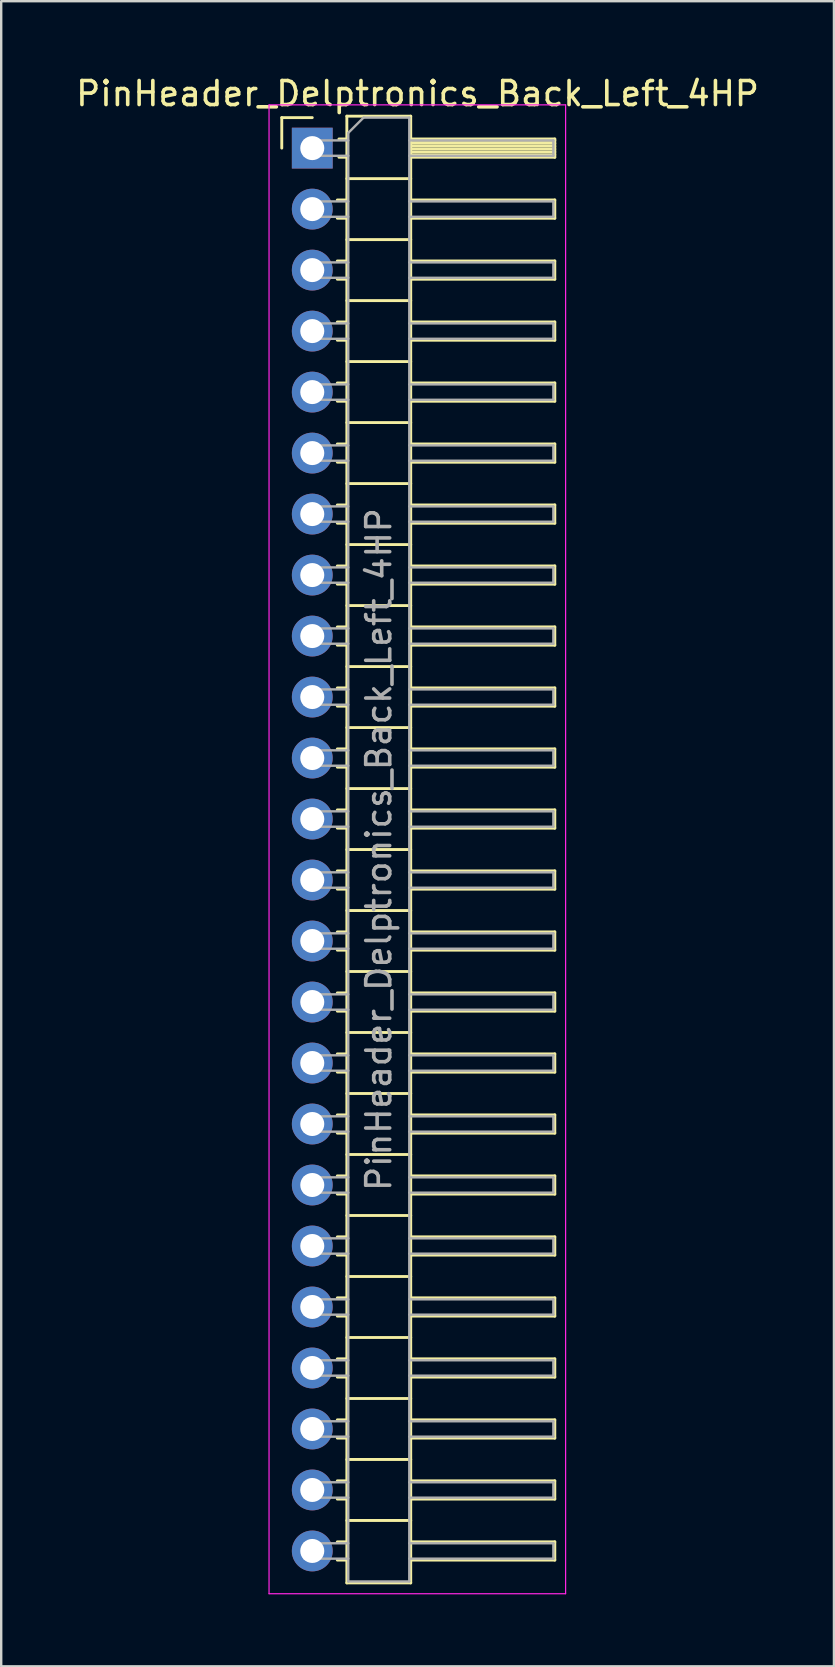
<source format=kicad_pcb>
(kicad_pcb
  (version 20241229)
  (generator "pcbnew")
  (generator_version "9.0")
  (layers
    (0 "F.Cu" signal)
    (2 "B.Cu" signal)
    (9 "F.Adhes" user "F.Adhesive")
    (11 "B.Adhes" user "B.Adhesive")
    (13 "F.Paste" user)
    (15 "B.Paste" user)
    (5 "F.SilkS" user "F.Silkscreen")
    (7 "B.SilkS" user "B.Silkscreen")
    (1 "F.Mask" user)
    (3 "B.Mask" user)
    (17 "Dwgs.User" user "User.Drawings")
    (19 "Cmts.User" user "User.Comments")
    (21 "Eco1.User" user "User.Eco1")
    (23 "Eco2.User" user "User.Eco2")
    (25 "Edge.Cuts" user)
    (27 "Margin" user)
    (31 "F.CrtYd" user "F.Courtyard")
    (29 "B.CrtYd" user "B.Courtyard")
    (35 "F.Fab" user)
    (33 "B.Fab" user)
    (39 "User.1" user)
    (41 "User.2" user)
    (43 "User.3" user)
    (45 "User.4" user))
  (footprint "PinHeader_Delptronics_Back_Left_4HP"
    (layer "F.Cu")
    (at 9.954 3.118)
    (property "Reference" "PinHeader_Delptronics_Back_Left_4HP" (at 4.385 -2.27 180) (layer "F.SilkS") (effects (font (size 1 1) (thickness 0.15))))
    (attr through_hole)
    (fp_line (start -1.27 -1.27) (end 0 -1.27) (stroke (width 0.12) (type solid)) (layer "F.SilkS"))
    (fp_line (start -1.27 0) (end -1.27 -1.27) (stroke (width 0.12) (type solid)) (layer "F.SilkS"))
    (fp_line (start 1.043 2.16) (end 1.44 2.16) (stroke (width 0.12) (type solid)) (layer "F.SilkS"))
    (fp_line (start 1.043 2.92) (end 1.44 2.92) (stroke (width 0.12) (type solid)) (layer "F.SilkS"))
    (fp_line (start 1.043 4.7) (end 1.44 4.7) (stroke (width 0.12) (type solid)) (layer "F.SilkS"))
    (fp_line (start 1.043 5.46) (end 1.44 5.46) (stroke (width 0.12) (type solid)) (layer "F.SilkS"))
    (fp_line (start 1.043 7.24) (end 1.44 7.24) (stroke (width 0.12) (type solid)) (layer "F.SilkS"))
    (fp_line (start 1.043 8) (end 1.44 8) (stroke (width 0.12) (type solid)) (layer "F.SilkS"))
    (fp_line (start 1.043 9.78) (end 1.44 9.78) (stroke (width 0.12) (type solid)) (layer "F.SilkS"))
    (fp_line (start 1.043 10.54) (end 1.44 10.54) (stroke (width 0.12) (type solid)) (layer "F.SilkS"))
    (fp_line (start 1.043 12.32) (end 1.44 12.32) (stroke (width 0.12) (type solid)) (layer "F.SilkS"))
    (fp_line (start 1.043 13.08) (end 1.44 13.08) (stroke (width 0.12) (type solid)) (layer "F.SilkS"))
    (fp_line (start 1.043 14.86) (end 1.44 14.86) (stroke (width 0.12) (type solid)) (layer "F.SilkS"))
    (fp_line (start 1.043 15.62) (end 1.44 15.62) (stroke (width 0.12) (type solid)) (layer "F.SilkS"))
    (fp_line (start 1.043 17.4) (end 1.44 17.4) (stroke (width 0.12) (type solid)) (layer "F.SilkS"))
    (fp_line (start 1.043 18.16) (end 1.44 18.16) (stroke (width 0.12) (type solid)) (layer "F.SilkS"))
    (fp_line (start 1.043 19.94) (end 1.44 19.94) (stroke (width 0.12) (type solid)) (layer "F.SilkS"))
    (fp_line (start 1.043 20.7) (end 1.44 20.7) (stroke (width 0.12) (type solid)) (layer "F.SilkS"))
    (fp_line (start 1.043 22.48) (end 1.44 22.48) (stroke (width 0.12) (type solid)) (layer "F.SilkS"))
    (fp_line (start 1.043 23.24) (end 1.44 23.24) (stroke (width 0.12) (type solid)) (layer "F.SilkS"))
    (fp_line (start 1.043 25.02) (end 1.44 25.02) (stroke (width 0.12) (type solid)) (layer "F.SilkS"))
    (fp_line (start 1.043 25.78) (end 1.44 25.78) (stroke (width 0.12) (type solid)) (layer "F.SilkS"))
    (fp_line (start 1.043 27.56) (end 1.44 27.56) (stroke (width 0.12) (type solid)) (layer "F.SilkS"))
    (fp_line (start 1.043 28.32) (end 1.44 28.32) (stroke (width 0.12) (type solid)) (layer "F.SilkS"))
    (fp_line (start 1.043 30.1) (end 1.44 30.1) (stroke (width 0.12) (type solid)) (layer "F.SilkS"))
    (fp_line (start 1.043 30.86) (end 1.44 30.86) (stroke (width 0.12) (type solid)) (layer "F.SilkS"))
    (fp_line (start 1.043 32.64) (end 1.44 32.64) (stroke (width 0.12) (type solid)) (layer "F.SilkS"))
    (fp_line (start 1.043 33.4) (end 1.44 33.4) (stroke (width 0.12) (type solid)) (layer "F.SilkS"))
    (fp_line (start 1.043 35.18) (end 1.44 35.18) (stroke (width 0.12) (type solid)) (layer "F.SilkS"))
    (fp_line (start 1.043 35.94) (end 1.44 35.94) (stroke (width 0.12) (type solid)) (layer "F.SilkS"))
    (fp_line (start 1.043 37.72) (end 1.44 37.72) (stroke (width 0.12) (type solid)) (layer "F.SilkS"))
    (fp_line (start 1.043 38.48) (end 1.44 38.48) (stroke (width 0.12) (type solid)) (layer "F.SilkS"))
    (fp_line (start 1.043 40.26) (end 1.44 40.26) (stroke (width 0.12) (type solid)) (layer "F.SilkS"))
    (fp_line (start 1.043 41.02) (end 1.44 41.02) (stroke (width 0.12) (type solid)) (layer "F.SilkS"))
    (fp_line (start 1.043 42.8) (end 1.44 42.8) (stroke (width 0.12) (type solid)) (layer "F.SilkS"))
    (fp_line (start 1.043 43.56) (end 1.44 43.56) (stroke (width 0.12) (type solid)) (layer "F.SilkS"))
    (fp_line (start 1.043 45.34) (end 1.44 45.34) (stroke (width 0.12) (type solid)) (layer "F.SilkS"))
    (fp_line (start 1.043 46.1) (end 1.44 46.1) (stroke (width 0.12) (type solid)) (layer "F.SilkS"))
    (fp_line (start 1.043 47.88) (end 1.44 47.88) (stroke (width 0.12) (type solid)) (layer "F.SilkS"))
    (fp_line (start 1.043 48.64) (end 1.44 48.64) (stroke (width 0.12) (type solid)) (layer "F.SilkS"))
    (fp_line (start 1.043 50.42) (end 1.44 50.42) (stroke (width 0.12) (type solid)) (layer "F.SilkS"))
    (fp_line (start 1.043 51.18) (end 1.44 51.18) (stroke (width 0.12) (type solid)) (layer "F.SilkS"))
    (fp_line (start 1.043 52.96) (end 1.44 52.96) (stroke (width 0.12) (type solid)) (layer "F.SilkS"))
    (fp_line (start 1.043 53.72) (end 1.44 53.72) (stroke (width 0.12) (type solid)) (layer "F.SilkS"))
    (fp_line (start 1.043 55.5) (end 1.44 55.5) (stroke (width 0.12) (type solid)) (layer "F.SilkS"))
    (fp_line (start 1.043 56.26) (end 1.44 56.26) (stroke (width 0.12) (type solid)) (layer "F.SilkS"))
    (fp_line (start 1.043 58.04) (end 1.44 58.04) (stroke (width 0.12) (type solid)) (layer "F.SilkS"))
    (fp_line (start 1.043 58.8) (end 1.44 58.8) (stroke (width 0.12) (type solid)) (layer "F.SilkS"))
    (fp_line (start 1.11 -0.38) (end 1.44 -0.38) (stroke (width 0.12) (type solid)) (layer "F.SilkS"))
    (fp_line (start 1.11 0.38) (end 1.44 0.38) (stroke (width 0.12) (type solid)) (layer "F.SilkS"))
    (fp_line (start 1.44 -1.33) (end 1.44 59.75) (stroke (width 0.12) (type solid)) (layer "F.SilkS"))
    (fp_line (start 1.44 1.27) (end 4.1 1.27) (stroke (width 0.12) (type solid)) (layer "F.SilkS"))
    (fp_line (start 1.44 3.81) (end 4.1 3.81) (stroke (width 0.12) (type solid)) (layer "F.SilkS"))
    (fp_line (start 1.44 6.35) (end 4.1 6.35) (stroke (width 0.12) (type solid)) (layer "F.SilkS"))
    (fp_line (start 1.44 8.89) (end 4.1 8.89) (stroke (width 0.12) (type solid)) (layer "F.SilkS"))
    (fp_line (start 1.44 11.43) (end 4.1 11.43) (stroke (width 0.12) (type solid)) (layer "F.SilkS"))
    (fp_line (start 1.44 13.97) (end 4.1 13.97) (stroke (width 0.12) (type solid)) (layer "F.SilkS"))
    (fp_line (start 1.44 16.51) (end 4.1 16.51) (stroke (width 0.12) (type solid)) (layer "F.SilkS"))
    (fp_line (start 1.44 19.05) (end 4.1 19.05) (stroke (width 0.12) (type solid)) (layer "F.SilkS"))
    (fp_line (start 1.44 21.59) (end 4.1 21.59) (stroke (width 0.12) (type solid)) (layer "F.SilkS"))
    (fp_line (start 1.44 24.13) (end 4.1 24.13) (stroke (width 0.12) (type solid)) (layer "F.SilkS"))
    (fp_line (start 1.44 26.67) (end 4.1 26.67) (stroke (width 0.12) (type solid)) (layer "F.SilkS"))
    (fp_line (start 1.44 29.21) (end 4.1 29.21) (stroke (width 0.12) (type solid)) (layer "F.SilkS"))
    (fp_line (start 1.44 31.75) (end 4.1 31.75) (stroke (width 0.12) (type solid)) (layer "F.SilkS"))
    (fp_line (start 1.44 34.29) (end 4.1 34.29) (stroke (width 0.12) (type solid)) (layer "F.SilkS"))
    (fp_line (start 1.44 36.83) (end 4.1 36.83) (stroke (width 0.12) (type solid)) (layer "F.SilkS"))
    (fp_line (start 1.44 39.37) (end 4.1 39.37) (stroke (width 0.12) (type solid)) (layer "F.SilkS"))
    (fp_line (start 1.44 41.91) (end 4.1 41.91) (stroke (width 0.12) (type solid)) (layer "F.SilkS"))
    (fp_line (start 1.44 44.45) (end 4.1 44.45) (stroke (width 0.12) (type solid)) (layer "F.SilkS"))
    (fp_line (start 1.44 46.99) (end 4.1 46.99) (stroke (width 0.12) (type solid)) (layer "F.SilkS"))
    (fp_line (start 1.44 49.53) (end 4.1 49.53) (stroke (width 0.12) (type solid)) (layer "F.SilkS"))
    (fp_line (start 1.44 52.07) (end 4.1 52.07) (stroke (width 0.12) (type solid)) (layer "F.SilkS"))
    (fp_line (start 1.44 54.61) (end 4.1 54.61) (stroke (width 0.12) (type solid)) (layer "F.SilkS"))
    (fp_line (start 1.44 57.15) (end 4.1 57.15) (stroke (width 0.12) (type solid)) (layer "F.SilkS"))
    (fp_line (start 1.44 59.75) (end 4.1 59.75) (stroke (width 0.12) (type solid)) (layer "F.SilkS"))
    (fp_line (start 4.1 -1.33) (end 1.44 -1.33) (stroke (width 0.12) (type solid)) (layer "F.SilkS"))
    (fp_line (start 4.1 -0.38) (end 10.1 -0.38) (stroke (width 0.12) (type solid)) (layer "F.SilkS"))
    (fp_line (start 4.1 -0.32) (end 10.1 -0.32) (stroke (width 0.12) (type solid)) (layer "F.SilkS"))
    (fp_line (start 4.1 -0.2) (end 10.1 -0.2) (stroke (width 0.12) (type solid)) (layer "F.SilkS"))
    (fp_line (start 4.1 -0.08) (end 10.1 -0.08) (stroke (width 0.12) (type solid)) (layer "F.SilkS"))
    (fp_line (start 4.1 0.04) (end 10.1 0.04) (stroke (width 0.12) (type solid)) (layer "F.SilkS"))
    (fp_line (start 4.1 0.16) (end 10.1 0.16) (stroke (width 0.12) (type solid)) (layer "F.SilkS"))
    (fp_line (start 4.1 0.28) (end 10.1 0.28) (stroke (width 0.12) (type solid)) (layer "F.SilkS"))
    (fp_line (start 4.1 2.16) (end 10.1 2.16) (stroke (width 0.12) (type solid)) (layer "F.SilkS"))
    (fp_line (start 4.1 4.7) (end 10.1 4.7) (stroke (width 0.12) (type solid)) (layer "F.SilkS"))
    (fp_line (start 4.1 7.24) (end 10.1 7.24) (stroke (width 0.12) (type solid)) (layer "F.SilkS"))
    (fp_line (start 4.1 9.78) (end 10.1 9.78) (stroke (width 0.12) (type solid)) (layer "F.SilkS"))
    (fp_line (start 4.1 12.32) (end 10.1 12.32) (stroke (width 0.12) (type solid)) (layer "F.SilkS"))
    (fp_line (start 4.1 14.86) (end 10.1 14.86) (stroke (width 0.12) (type solid)) (layer "F.SilkS"))
    (fp_line (start 4.1 17.4) (end 10.1 17.4) (stroke (width 0.12) (type solid)) (layer "F.SilkS"))
    (fp_line (start 4.1 19.94) (end 10.1 19.94) (stroke (width 0.12) (type solid)) (layer "F.SilkS"))
    (fp_line (start 4.1 22.48) (end 10.1 22.48) (stroke (width 0.12) (type solid)) (layer "F.SilkS"))
    (fp_line (start 4.1 25.02) (end 10.1 25.02) (stroke (width 0.12) (type solid)) (layer "F.SilkS"))
    (fp_line (start 4.1 27.56) (end 10.1 27.56) (stroke (width 0.12) (type solid)) (layer "F.SilkS"))
    (fp_line (start 4.1 30.1) (end 10.1 30.1) (stroke (width 0.12) (type solid)) (layer "F.SilkS"))
    (fp_line (start 4.1 32.64) (end 10.1 32.64) (stroke (width 0.12) (type solid)) (layer "F.SilkS"))
    (fp_line (start 4.1 35.18) (end 10.1 35.18) (stroke (width 0.12) (type solid)) (layer "F.SilkS"))
    (fp_line (start 4.1 37.72) (end 10.1 37.72) (stroke (width 0.12) (type solid)) (layer "F.SilkS"))
    (fp_line (start 4.1 40.26) (end 10.1 40.26) (stroke (width 0.12) (type solid)) (layer "F.SilkS"))
    (fp_line (start 4.1 42.8) (end 10.1 42.8) (stroke (width 0.12) (type solid)) (layer "F.SilkS"))
    (fp_line (start 4.1 45.34) (end 10.1 45.34) (stroke (width 0.12) (type solid)) (layer "F.SilkS"))
    (fp_line (start 4.1 47.88) (end 10.1 47.88) (stroke (width 0.12) (type solid)) (layer "F.SilkS"))
    (fp_line (start 4.1 50.42) (end 10.1 50.42) (stroke (width 0.12) (type solid)) (layer "F.SilkS"))
    (fp_line (start 4.1 52.96) (end 10.1 52.96) (stroke (width 0.12) (type solid)) (layer "F.SilkS"))
    (fp_line (start 4.1 55.5) (end 10.1 55.5) (stroke (width 0.12) (type solid)) (layer "F.SilkS"))
    (fp_line (start 4.1 58.04) (end 10.1 58.04) (stroke (width 0.12) (type solid)) (layer "F.SilkS"))
    (fp_line (start 4.1 59.75) (end 4.1 -1.33) (stroke (width 0.12) (type solid)) (layer "F.SilkS"))
    (fp_line (start 10.1 -0.38) (end 10.1 0.38) (stroke (width 0.12) (type solid)) (layer "F.SilkS"))
    (fp_line (start 10.1 0.38) (end 4.1 0.38) (stroke (width 0.12) (type solid)) (layer "F.SilkS"))
    (fp_line (start 10.1 2.16) (end 10.1 2.92) (stroke (width 0.12) (type solid)) (layer "F.SilkS"))
    (fp_line (start 10.1 2.92) (end 4.1 2.92) (stroke (width 0.12) (type solid)) (layer "F.SilkS"))
    (fp_line (start 10.1 4.7) (end 10.1 5.46) (stroke (width 0.12) (type solid)) (layer "F.SilkS"))
    (fp_line (start 10.1 5.46) (end 4.1 5.46) (stroke (width 0.12) (type solid)) (layer "F.SilkS"))
    (fp_line (start 10.1 7.24) (end 10.1 8) (stroke (width 0.12) (type solid)) (layer "F.SilkS"))
    (fp_line (start 10.1 8) (end 4.1 8) (stroke (width 0.12) (type solid)) (layer "F.SilkS"))
    (fp_line (start 10.1 9.78) (end 10.1 10.54) (stroke (width 0.12) (type solid)) (layer "F.SilkS"))
    (fp_line (start 10.1 10.54) (end 4.1 10.54) (stroke (width 0.12) (type solid)) (layer "F.SilkS"))
    (fp_line (start 10.1 12.32) (end 10.1 13.08) (stroke (width 0.12) (type solid)) (layer "F.SilkS"))
    (fp_line (start 10.1 13.08) (end 4.1 13.08) (stroke (width 0.12) (type solid)) (layer "F.SilkS"))
    (fp_line (start 10.1 14.86) (end 10.1 15.62) (stroke (width 0.12) (type solid)) (layer "F.SilkS"))
    (fp_line (start 10.1 15.62) (end 4.1 15.62) (stroke (width 0.12) (type solid)) (layer "F.SilkS"))
    (fp_line (start 10.1 17.4) (end 10.1 18.16) (stroke (width 0.12) (type solid)) (layer "F.SilkS"))
    (fp_line (start 10.1 18.16) (end 4.1 18.16) (stroke (width 0.12) (type solid)) (layer "F.SilkS"))
    (fp_line (start 10.1 19.94) (end 10.1 20.7) (stroke (width 0.12) (type solid)) (layer "F.SilkS"))
    (fp_line (start 10.1 20.7) (end 4.1 20.7) (stroke (width 0.12) (type solid)) (layer "F.SilkS"))
    (fp_line (start 10.1 22.48) (end 10.1 23.24) (stroke (width 0.12) (type solid)) (layer "F.SilkS"))
    (fp_line (start 10.1 23.24) (end 4.1 23.24) (stroke (width 0.12) (type solid)) (layer "F.SilkS"))
    (fp_line (start 10.1 25.02) (end 10.1 25.78) (stroke (width 0.12) (type solid)) (layer "F.SilkS"))
    (fp_line (start 10.1 25.78) (end 4.1 25.78) (stroke (width 0.12) (type solid)) (layer "F.SilkS"))
    (fp_line (start 10.1 27.56) (end 10.1 28.32) (stroke (width 0.12) (type solid)) (layer "F.SilkS"))
    (fp_line (start 10.1 28.32) (end 4.1 28.32) (stroke (width 0.12) (type solid)) (layer "F.SilkS"))
    (fp_line (start 10.1 30.1) (end 10.1 30.86) (stroke (width 0.12) (type solid)) (layer "F.SilkS"))
    (fp_line (start 10.1 30.86) (end 4.1 30.86) (stroke (width 0.12) (type solid)) (layer "F.SilkS"))
    (fp_line (start 10.1 32.64) (end 10.1 33.4) (stroke (width 0.12) (type solid)) (layer "F.SilkS"))
    (fp_line (start 10.1 33.4) (end 4.1 33.4) (stroke (width 0.12) (type solid)) (layer "F.SilkS"))
    (fp_line (start 10.1 35.18) (end 10.1 35.94) (stroke (width 0.12) (type solid)) (layer "F.SilkS"))
    (fp_line (start 10.1 35.94) (end 4.1 35.94) (stroke (width 0.12) (type solid)) (layer "F.SilkS"))
    (fp_line (start 10.1 37.72) (end 10.1 38.48) (stroke (width 0.12) (type solid)) (layer "F.SilkS"))
    (fp_line (start 10.1 38.48) (end 4.1 38.48) (stroke (width 0.12) (type solid)) (layer "F.SilkS"))
    (fp_line (start 10.1 40.26) (end 10.1 41.02) (stroke (width 0.12) (type solid)) (layer "F.SilkS"))
    (fp_line (start 10.1 41.02) (end 4.1 41.02) (stroke (width 0.12) (type solid)) (layer "F.SilkS"))
    (fp_line (start 10.1 42.8) (end 10.1 43.56) (stroke (width 0.12) (type solid)) (layer "F.SilkS"))
    (fp_line (start 10.1 43.56) (end 4.1 43.56) (stroke (width 0.12) (type solid)) (layer "F.SilkS"))
    (fp_line (start 10.1 45.34) (end 10.1 46.1) (stroke (width 0.12) (type solid)) (layer "F.SilkS"))
    (fp_line (start 10.1 46.1) (end 4.1 46.1) (stroke (width 0.12) (type solid)) (layer "F.SilkS"))
    (fp_line (start 10.1 47.88) (end 10.1 48.64) (stroke (width 0.12) (type solid)) (layer "F.SilkS"))
    (fp_line (start 10.1 48.64) (end 4.1 48.64) (stroke (width 0.12) (type solid)) (layer "F.SilkS"))
    (fp_line (start 10.1 50.42) (end 10.1 51.18) (stroke (width 0.12) (type solid)) (layer "F.SilkS"))
    (fp_line (start 10.1 51.18) (end 4.1 51.18) (stroke (width 0.12) (type solid)) (layer "F.SilkS"))
    (fp_line (start 10.1 52.96) (end 10.1 53.72) (stroke (width 0.12) (type solid)) (layer "F.SilkS"))
    (fp_line (start 10.1 53.72) (end 4.1 53.72) (stroke (width 0.12) (type solid)) (layer "F.SilkS"))
    (fp_line (start 10.1 55.5) (end 10.1 56.26) (stroke (width 0.12) (type solid)) (layer "F.SilkS"))
    (fp_line (start 10.1 56.26) (end 4.1 56.26) (stroke (width 0.12) (type solid)) (layer "F.SilkS"))
    (fp_line (start 10.1 58.04) (end 10.1 58.8) (stroke (width 0.12) (type solid)) (layer "F.SilkS"))
    (fp_line (start 10.1 58.8) (end 4.1 58.8) (stroke (width 0.12) (type solid)) (layer "F.SilkS"))
    (fp_line (start -1.8 -1.8) (end -1.8 60.2) (stroke (width 0.05) (type solid)) (layer "F.CrtYd"))
    (fp_line (start -1.8 60.2) (end 10.55 60.2) (stroke (width 0.05) (type solid)) (layer "F.CrtYd"))
    (fp_line (start 10.55 -1.8) (end -1.8 -1.8) (stroke (width 0.05) (type solid)) (layer "F.CrtYd"))
    (fp_line (start 10.55 60.2) (end 10.55 -1.8) (stroke (width 0.05) (type solid)) (layer "F.CrtYd"))
    (fp_line (start -0.32 -0.32) (end -0.32 0.32) (stroke (width 0.1) (type solid)) (layer "F.Fab"))
    (fp_line (start -0.32 -0.32) (end 1.5 -0.32) (stroke (width 0.1) (type solid)) (layer "F.Fab"))
    (fp_line (start -0.32 0.32) (end 1.5 0.32) (stroke (width 0.1) (type solid)) (layer "F.Fab"))
    (fp_line (start -0.32 2.22) (end -0.32 2.86) (stroke (width 0.1) (type solid)) (layer "F.Fab"))
    (fp_line (start -0.32 2.22) (end 1.5 2.22) (stroke (width 0.1) (type solid)) (layer "F.Fab"))
    (fp_line (start -0.32 2.86) (end 1.5 2.86) (stroke (width 0.1) (type solid)) (layer "F.Fab"))
    (fp_line (start -0.32 4.76) (end -0.32 5.4) (stroke (width 0.1) (type solid)) (layer "F.Fab"))
    (fp_line (start -0.32 4.76) (end 1.5 4.76) (stroke (width 0.1) (type solid)) (layer "F.Fab"))
    (fp_line (start -0.32 5.4) (end 1.5 5.4) (stroke (width 0.1) (type solid)) (layer "F.Fab"))
    (fp_line (start -0.32 7.3) (end -0.32 7.94) (stroke (width 0.1) (type solid)) (layer "F.Fab"))
    (fp_line (start -0.32 7.3) (end 1.5 7.3) (stroke (width 0.1) (type solid)) (layer "F.Fab"))
    (fp_line (start -0.32 7.94) (end 1.5 7.94) (stroke (width 0.1) (type solid)) (layer "F.Fab"))
    (fp_line (start -0.32 9.84) (end -0.32 10.48) (stroke (width 0.1) (type solid)) (layer "F.Fab"))
    (fp_line (start -0.32 9.84) (end 1.5 9.84) (stroke (width 0.1) (type solid)) (layer "F.Fab"))
    (fp_line (start -0.32 10.48) (end 1.5 10.48) (stroke (width 0.1) (type solid)) (layer "F.Fab"))
    (fp_line (start -0.32 12.38) (end -0.32 13.02) (stroke (width 0.1) (type solid)) (layer "F.Fab"))
    (fp_line (start -0.32 12.38) (end 1.5 12.38) (stroke (width 0.1) (type solid)) (layer "F.Fab"))
    (fp_line (start -0.32 13.02) (end 1.5 13.02) (stroke (width 0.1) (type solid)) (layer "F.Fab"))
    (fp_line (start -0.32 14.92) (end -0.32 15.56) (stroke (width 0.1) (type solid)) (layer "F.Fab"))
    (fp_line (start -0.32 14.92) (end 1.5 14.92) (stroke (width 0.1) (type solid)) (layer "F.Fab"))
    (fp_line (start -0.32 15.56) (end 1.5 15.56) (stroke (width 0.1) (type solid)) (layer "F.Fab"))
    (fp_line (start -0.32 17.46) (end -0.32 18.1) (stroke (width 0.1) (type solid)) (layer "F.Fab"))
    (fp_line (start -0.32 17.46) (end 1.5 17.46) (stroke (width 0.1) (type solid)) (layer "F.Fab"))
    (fp_line (start -0.32 18.1) (end 1.5 18.1) (stroke (width 0.1) (type solid)) (layer "F.Fab"))
    (fp_line (start -0.32 20) (end -0.32 20.64) (stroke (width 0.1) (type solid)) (layer "F.Fab"))
    (fp_line (start -0.32 20) (end 1.5 20) (stroke (width 0.1) (type solid)) (layer "F.Fab"))
    (fp_line (start -0.32 20.64) (end 1.5 20.64) (stroke (width 0.1) (type solid)) (layer "F.Fab"))
    (fp_line (start -0.32 22.54) (end -0.32 23.18) (stroke (width 0.1) (type solid)) (layer "F.Fab"))
    (fp_line (start -0.32 22.54) (end 1.5 22.54) (stroke (width 0.1) (type solid)) (layer "F.Fab"))
    (fp_line (start -0.32 23.18) (end 1.5 23.18) (stroke (width 0.1) (type solid)) (layer "F.Fab"))
    (fp_line (start -0.32 25.08) (end -0.32 25.72) (stroke (width 0.1) (type solid)) (layer "F.Fab"))
    (fp_line (start -0.32 25.08) (end 1.5 25.08) (stroke (width 0.1) (type solid)) (layer "F.Fab"))
    (fp_line (start -0.32 25.72) (end 1.5 25.72) (stroke (width 0.1) (type solid)) (layer "F.Fab"))
    (fp_line (start -0.32 27.62) (end -0.32 28.26) (stroke (width 0.1) (type solid)) (layer "F.Fab"))
    (fp_line (start -0.32 27.62) (end 1.5 27.62) (stroke (width 0.1) (type solid)) (layer "F.Fab"))
    (fp_line (start -0.32 28.26) (end 1.5 28.26) (stroke (width 0.1) (type solid)) (layer "F.Fab"))
    (fp_line (start -0.32 30.16) (end -0.32 30.8) (stroke (width 0.1) (type solid)) (layer "F.Fab"))
    (fp_line (start -0.32 30.16) (end 1.5 30.16) (stroke (width 0.1) (type solid)) (layer "F.Fab"))
    (fp_line (start -0.32 30.8) (end 1.5 30.8) (stroke (width 0.1) (type solid)) (layer "F.Fab"))
    (fp_line (start -0.32 32.7) (end -0.32 33.34) (stroke (width 0.1) (type solid)) (layer "F.Fab"))
    (fp_line (start -0.32 32.7) (end 1.5 32.7) (stroke (width 0.1) (type solid)) (layer "F.Fab"))
    (fp_line (start -0.32 33.34) (end 1.5 33.34) (stroke (width 0.1) (type solid)) (layer "F.Fab"))
    (fp_line (start -0.32 35.24) (end -0.32 35.88) (stroke (width 0.1) (type solid)) (layer "F.Fab"))
    (fp_line (start -0.32 35.24) (end 1.5 35.24) (stroke (width 0.1) (type solid)) (layer "F.Fab"))
    (fp_line (start -0.32 35.88) (end 1.5 35.88) (stroke (width 0.1) (type solid)) (layer "F.Fab"))
    (fp_line (start -0.32 37.78) (end -0.32 38.42) (stroke (width 0.1) (type solid)) (layer "F.Fab"))
    (fp_line (start -0.32 37.78) (end 1.5 37.78) (stroke (width 0.1) (type solid)) (layer "F.Fab"))
    (fp_line (start -0.32 38.42) (end 1.5 38.42) (stroke (width 0.1) (type solid)) (layer "F.Fab"))
    (fp_line (start -0.32 40.32) (end -0.32 40.96) (stroke (width 0.1) (type solid)) (layer "F.Fab"))
    (fp_line (start -0.32 40.32) (end 1.5 40.32) (stroke (width 0.1) (type solid)) (layer "F.Fab"))
    (fp_line (start -0.32 40.96) (end 1.5 40.96) (stroke (width 0.1) (type solid)) (layer "F.Fab"))
    (fp_line (start -0.32 42.86) (end -0.32 43.5) (stroke (width 0.1) (type solid)) (layer "F.Fab"))
    (fp_line (start -0.32 42.86) (end 1.5 42.86) (stroke (width 0.1) (type solid)) (layer "F.Fab"))
    (fp_line (start -0.32 43.5) (end 1.5 43.5) (stroke (width 0.1) (type solid)) (layer "F.Fab"))
    (fp_line (start -0.32 45.4) (end -0.32 46.04) (stroke (width 0.1) (type solid)) (layer "F.Fab"))
    (fp_line (start -0.32 45.4) (end 1.5 45.4) (stroke (width 0.1) (type solid)) (layer "F.Fab"))
    (fp_line (start -0.32 46.04) (end 1.5 46.04) (stroke (width 0.1) (type solid)) (layer "F.Fab"))
    (fp_line (start -0.32 47.94) (end -0.32 48.58) (stroke (width 0.1) (type solid)) (layer "F.Fab"))
    (fp_line (start -0.32 47.94) (end 1.5 47.94) (stroke (width 0.1) (type solid)) (layer "F.Fab"))
    (fp_line (start -0.32 48.58) (end 1.5 48.58) (stroke (width 0.1) (type solid)) (layer "F.Fab"))
    (fp_line (start -0.32 50.48) (end -0.32 51.12) (stroke (width 0.1) (type solid)) (layer "F.Fab"))
    (fp_line (start -0.32 50.48) (end 1.5 50.48) (stroke (width 0.1) (type solid)) (layer "F.Fab"))
    (fp_line (start -0.32 51.12) (end 1.5 51.12) (stroke (width 0.1) (type solid)) (layer "F.Fab"))
    (fp_line (start -0.32 53.02) (end -0.32 53.66) (stroke (width 0.1) (type solid)) (layer "F.Fab"))
    (fp_line (start -0.32 53.02) (end 1.5 53.02) (stroke (width 0.1) (type solid)) (layer "F.Fab"))
    (fp_line (start -0.32 53.66) (end 1.5 53.66) (stroke (width 0.1) (type solid)) (layer "F.Fab"))
    (fp_line (start -0.32 55.56) (end -0.32 56.2) (stroke (width 0.1) (type solid)) (layer "F.Fab"))
    (fp_line (start -0.32 55.56) (end 1.5 55.56) (stroke (width 0.1) (type solid)) (layer "F.Fab"))
    (fp_line (start -0.32 56.2) (end 1.5 56.2) (stroke (width 0.1) (type solid)) (layer "F.Fab"))
    (fp_line (start -0.32 58.1) (end -0.32 58.74) (stroke (width 0.1) (type solid)) (layer "F.Fab"))
    (fp_line (start -0.32 58.1) (end 1.5 58.1) (stroke (width 0.1) (type solid)) (layer "F.Fab"))
    (fp_line (start -0.32 58.74) (end 1.5 58.74) (stroke (width 0.1) (type solid)) (layer "F.Fab"))
    (fp_line (start 1.5 -0.635) (end 2.135 -1.27) (stroke (width 0.1) (type solid)) (layer "F.Fab"))
    (fp_line (start 1.5 59.69) (end 1.5 -0.635) (stroke (width 0.1) (type solid)) (layer "F.Fab"))
    (fp_line (start 2.135 -1.27) (end 4.04 -1.27) (stroke (width 0.1) (type solid)) (layer "F.Fab"))
    (fp_line (start 4.04 -1.27) (end 4.04 59.69) (stroke (width 0.1) (type solid)) (layer "F.Fab"))
    (fp_line (start 4.04 -0.32) (end 10.04 -0.32) (stroke (width 0.1) (type solid)) (layer "F.Fab"))
    (fp_line (start 4.04 0.32) (end 10.04 0.32) (stroke (width 0.1) (type solid)) (layer "F.Fab"))
    (fp_line (start 4.04 2.22) (end 10.04 2.22) (stroke (width 0.1) (type solid)) (layer "F.Fab"))
    (fp_line (start 4.04 2.86) (end 10.04 2.86) (stroke (width 0.1) (type solid)) (layer "F.Fab"))
    (fp_line (start 4.04 4.76) (end 10.04 4.76) (stroke (width 0.1) (type solid)) (layer "F.Fab"))
    (fp_line (start 4.04 5.4) (end 10.04 5.4) (stroke (width 0.1) (type solid)) (layer "F.Fab"))
    (fp_line (start 4.04 7.3) (end 10.04 7.3) (stroke (width 0.1) (type solid)) (layer "F.Fab"))
    (fp_line (start 4.04 7.94) (end 10.04 7.94) (stroke (width 0.1) (type solid)) (layer "F.Fab"))
    (fp_line (start 4.04 9.84) (end 10.04 9.84) (stroke (width 0.1) (type solid)) (layer "F.Fab"))
    (fp_line (start 4.04 10.48) (end 10.04 10.48) (stroke (width 0.1) (type solid)) (layer "F.Fab"))
    (fp_line (start 4.04 12.38) (end 10.04 12.38) (stroke (width 0.1) (type solid)) (layer "F.Fab"))
    (fp_line (start 4.04 13.02) (end 10.04 13.02) (stroke (width 0.1) (type solid)) (layer "F.Fab"))
    (fp_line (start 4.04 14.92) (end 10.04 14.92) (stroke (width 0.1) (type solid)) (layer "F.Fab"))
    (fp_line (start 4.04 15.56) (end 10.04 15.56) (stroke (width 0.1) (type solid)) (layer "F.Fab"))
    (fp_line (start 4.04 17.46) (end 10.04 17.46) (stroke (width 0.1) (type solid)) (layer "F.Fab"))
    (fp_line (start 4.04 18.1) (end 10.04 18.1) (stroke (width 0.1) (type solid)) (layer "F.Fab"))
    (fp_line (start 4.04 20) (end 10.04 20) (stroke (width 0.1) (type solid)) (layer "F.Fab"))
    (fp_line (start 4.04 20.64) (end 10.04 20.64) (stroke (width 0.1) (type solid)) (layer "F.Fab"))
    (fp_line (start 4.04 22.54) (end 10.04 22.54) (stroke (width 0.1) (type solid)) (layer "F.Fab"))
    (fp_line (start 4.04 23.18) (end 10.04 23.18) (stroke (width 0.1) (type solid)) (layer "F.Fab"))
    (fp_line (start 4.04 25.08) (end 10.04 25.08) (stroke (width 0.1) (type solid)) (layer "F.Fab"))
    (fp_line (start 4.04 25.72) (end 10.04 25.72) (stroke (width 0.1) (type solid)) (layer "F.Fab"))
    (fp_line (start 4.04 27.62) (end 10.04 27.62) (stroke (width 0.1) (type solid)) (layer "F.Fab"))
    (fp_line (start 4.04 28.26) (end 10.04 28.26) (stroke (width 0.1) (type solid)) (layer "F.Fab"))
    (fp_line (start 4.04 30.16) (end 10.04 30.16) (stroke (width 0.1) (type solid)) (layer "F.Fab"))
    (fp_line (start 4.04 30.8) (end 10.04 30.8) (stroke (width 0.1) (type solid)) (layer "F.Fab"))
    (fp_line (start 4.04 32.7) (end 10.04 32.7) (stroke (width 0.1) (type solid)) (layer "F.Fab"))
    (fp_line (start 4.04 33.34) (end 10.04 33.34) (stroke (width 0.1) (type solid)) (layer "F.Fab"))
    (fp_line (start 4.04 35.24) (end 10.04 35.24) (stroke (width 0.1) (type solid)) (layer "F.Fab"))
    (fp_line (start 4.04 35.88) (end 10.04 35.88) (stroke (width 0.1) (type solid)) (layer "F.Fab"))
    (fp_line (start 4.04 37.78) (end 10.04 37.78) (stroke (width 0.1) (type solid)) (layer "F.Fab"))
    (fp_line (start 4.04 38.42) (end 10.04 38.42) (stroke (width 0.1) (type solid)) (layer "F.Fab"))
    (fp_line (start 4.04 40.32) (end 10.04 40.32) (stroke (width 0.1) (type solid)) (layer "F.Fab"))
    (fp_line (start 4.04 40.96) (end 10.04 40.96) (stroke (width 0.1) (type solid)) (layer "F.Fab"))
    (fp_line (start 4.04 42.86) (end 10.04 42.86) (stroke (width 0.1) (type solid)) (layer "F.Fab"))
    (fp_line (start 4.04 43.5) (end 10.04 43.5) (stroke (width 0.1) (type solid)) (layer "F.Fab"))
    (fp_line (start 4.04 45.4) (end 10.04 45.4) (stroke (width 0.1) (type solid)) (layer "F.Fab"))
    (fp_line (start 4.04 46.04) (end 10.04 46.04) (stroke (width 0.1) (type solid)) (layer "F.Fab"))
    (fp_line (start 4.04 47.94) (end 10.04 47.94) (stroke (width 0.1) (type solid)) (layer "F.Fab"))
    (fp_line (start 4.04 48.58) (end 10.04 48.58) (stroke (width 0.1) (type solid)) (layer "F.Fab"))
    (fp_line (start 4.04 50.48) (end 10.04 50.48) (stroke (width 0.1) (type solid)) (layer "F.Fab"))
    (fp_line (start 4.04 51.12) (end 10.04 51.12) (stroke (width 0.1) (type solid)) (layer "F.Fab"))
    (fp_line (start 4.04 53.02) (end 10.04 53.02) (stroke (width 0.1) (type solid)) (layer "F.Fab"))
    (fp_line (start 4.04 53.66) (end 10.04 53.66) (stroke (width 0.1) (type solid)) (layer "F.Fab"))
    (fp_line (start 4.04 55.56) (end 10.04 55.56) (stroke (width 0.1) (type solid)) (layer "F.Fab"))
    (fp_line (start 4.04 56.2) (end 10.04 56.2) (stroke (width 0.1) (type solid)) (layer "F.Fab"))
    (fp_line (start 4.04 58.1) (end 10.04 58.1) (stroke (width 0.1) (type solid)) (layer "F.Fab"))
    (fp_line (start 4.04 58.74) (end 10.04 58.74) (stroke (width 0.1) (type solid)) (layer "F.Fab"))
    (fp_line (start 4.04 59.69) (end 1.5 59.69) (stroke (width 0.1) (type solid)) (layer "F.Fab"))
    (fp_line (start 10.04 -0.32) (end 10.04 0.32) (stroke (width 0.1) (type solid)) (layer "F.Fab"))
    (fp_line (start 10.04 2.22) (end 10.04 2.86) (stroke (width 0.1) (type solid)) (layer "F.Fab"))
    (fp_line (start 10.04 4.76) (end 10.04 5.4) (stroke (width 0.1) (type solid)) (layer "F.Fab"))
    (fp_line (start 10.04 7.3) (end 10.04 7.94) (stroke (width 0.1) (type solid)) (layer "F.Fab"))
    (fp_line (start 10.04 9.84) (end 10.04 10.48) (stroke (width 0.1) (type solid)) (layer "F.Fab"))
    (fp_line (start 10.04 12.38) (end 10.04 13.02) (stroke (width 0.1) (type solid)) (layer "F.Fab"))
    (fp_line (start 10.04 14.92) (end 10.04 15.56) (stroke (width 0.1) (type solid)) (layer "F.Fab"))
    (fp_line (start 10.04 17.46) (end 10.04 18.1) (stroke (width 0.1) (type solid)) (layer "F.Fab"))
    (fp_line (start 10.04 20) (end 10.04 20.64) (stroke (width 0.1) (type solid)) (layer "F.Fab"))
    (fp_line (start 10.04 22.54) (end 10.04 23.18) (stroke (width 0.1) (type solid)) (layer "F.Fab"))
    (fp_line (start 10.04 25.08) (end 10.04 25.72) (stroke (width 0.1) (type solid)) (layer "F.Fab"))
    (fp_line (start 10.04 27.62) (end 10.04 28.26) (stroke (width 0.1) (type solid)) (layer "F.Fab"))
    (fp_line (start 10.04 30.16) (end 10.04 30.8) (stroke (width 0.1) (type solid)) (layer "F.Fab"))
    (fp_line (start 10.04 32.7) (end 10.04 33.34) (stroke (width 0.1) (type solid)) (layer "F.Fab"))
    (fp_line (start 10.04 35.24) (end 10.04 35.88) (stroke (width 0.1) (type solid)) (layer "F.Fab"))
    (fp_line (start 10.04 37.78) (end 10.04 38.42) (stroke (width 0.1) (type solid)) (layer "F.Fab"))
    (fp_line (start 10.04 40.32) (end 10.04 40.96) (stroke (width 0.1) (type solid)) (layer "F.Fab"))
    (fp_line (start 10.04 42.86) (end 10.04 43.5) (stroke (width 0.1) (type solid)) (layer "F.Fab"))
    (fp_line (start 10.04 45.4) (end 10.04 46.04) (stroke (width 0.1) (type solid)) (layer "F.Fab"))
    (fp_line (start 10.04 47.94) (end 10.04 48.58) (stroke (width 0.1) (type solid)) (layer "F.Fab"))
    (fp_line (start 10.04 50.48) (end 10.04 51.12) (stroke (width 0.1) (type solid)) (layer "F.Fab"))
    (fp_line (start 10.04 53.02) (end 10.04 53.66) (stroke (width 0.1) (type solid)) (layer "F.Fab"))
    (fp_line (start 10.04 55.56) (end 10.04 56.2) (stroke (width 0.1) (type solid)) (layer "F.Fab"))
    (fp_line (start 10.04 58.1) (end 10.04 58.74) (stroke (width 0.1) (type solid)) (layer "F.Fab"))
    (fp_text user "${REFERENCE}" (at 2.77 29.21 270) (layer "F.Fab") (effects (font (size 1 1) (thickness 0.15))))
    (pad "1" thru_hole rect (at 0 0) (size 1.7 1.7) (drill 1) (layers "*.Cu" "*.Mask"))
    (pad "2" thru_hole oval (at 0 2.54) (size 1.7 1.7) (drill 1) (layers "*.Cu" "*.Mask"))
    (pad "3" thru_hole oval (at 0 5.08) (size 1.7 1.7) (drill 1) (layers "*.Cu" "*.Mask"))
    (pad "4" thru_hole oval (at 0 7.62) (size 1.7 1.7) (drill 1) (layers "*.Cu" "*.Mask"))
    (pad "5" thru_hole oval (at 0 10.16) (size 1.7 1.7) (drill 1) (layers "*.Cu" "*.Mask"))
    (pad "6" thru_hole oval (at 0 12.7) (size 1.7 1.7) (drill 1) (layers "*.Cu" "*.Mask"))
    (pad "7" thru_hole oval (at 0 15.24) (size 1.7 1.7) (drill 1) (layers "*.Cu" "*.Mask"))
    (pad "8" thru_hole oval (at 0 17.78) (size 1.7 1.7) (drill 1) (layers "*.Cu" "*.Mask"))
    (pad "9" thru_hole oval (at 0 20.32) (size 1.7 1.7) (drill 1) (layers "*.Cu" "*.Mask"))
    (pad "10" thru_hole oval (at 0 22.86) (size 1.7 1.7) (drill 1) (layers "*.Cu" "*.Mask"))
    (pad "11" thru_hole oval (at 0 25.4) (size 1.7 1.7) (drill 1) (layers "*.Cu" "*.Mask"))
    (pad "12" thru_hole oval (at 0 27.94) (size 1.7 1.7) (drill 1) (layers "*.Cu" "*.Mask"))
    (pad "13" thru_hole oval (at 0 30.48) (size 1.7 1.7) (drill 1) (layers "*.Cu" "*.Mask"))
    (pad "14" thru_hole oval (at 0 33.02) (size 1.7 1.7) (drill 1) (layers "*.Cu" "*.Mask"))
    (pad "15" thru_hole oval (at 0 35.56) (size 1.7 1.7) (drill 1) (layers "*.Cu" "*.Mask"))
    (pad "16" thru_hole oval (at 0 38.1) (size 1.7 1.7) (drill 1) (layers "*.Cu" "*.Mask"))
    (pad "17" thru_hole oval (at 0 40.64) (size 1.7 1.7) (drill 1) (layers "*.Cu" "*.Mask"))
    (pad "18" thru_hole oval (at 0 43.18) (size 1.7 1.7) (drill 1) (layers "*.Cu" "*.Mask"))
    (pad "19" thru_hole oval (at 0 45.72) (size 1.7 1.7) (drill 1) (layers "*.Cu" "*.Mask"))
    (pad "20" thru_hole oval (at 0 48.26) (size 1.7 1.7) (drill 1) (layers "*.Cu" "*.Mask"))
    (pad "21" thru_hole oval (at 0 50.8) (size 1.7 1.7) (drill 1) (layers "*.Cu" "*.Mask"))
    (pad "22" thru_hole oval (at 0 53.34) (size 1.7 1.7) (drill 1) (layers "*.Cu" "*.Mask"))
    (pad "23" thru_hole oval (at 0 55.88) (size 1.7 1.7) (drill 1) (layers "*.Cu" "*.Mask"))
    (pad "24" thru_hole oval (at 0 58.42) (size 1.7 1.7) (drill 1) (layers "*.Cu" "*.Mask")))
  (gr_rect
    (start -3 -3)
    (end 31.679 66.343)
    (stroke (width 0.1) (type default))
    (fill no)
    (layer "Edge.Cuts")))
</source>
